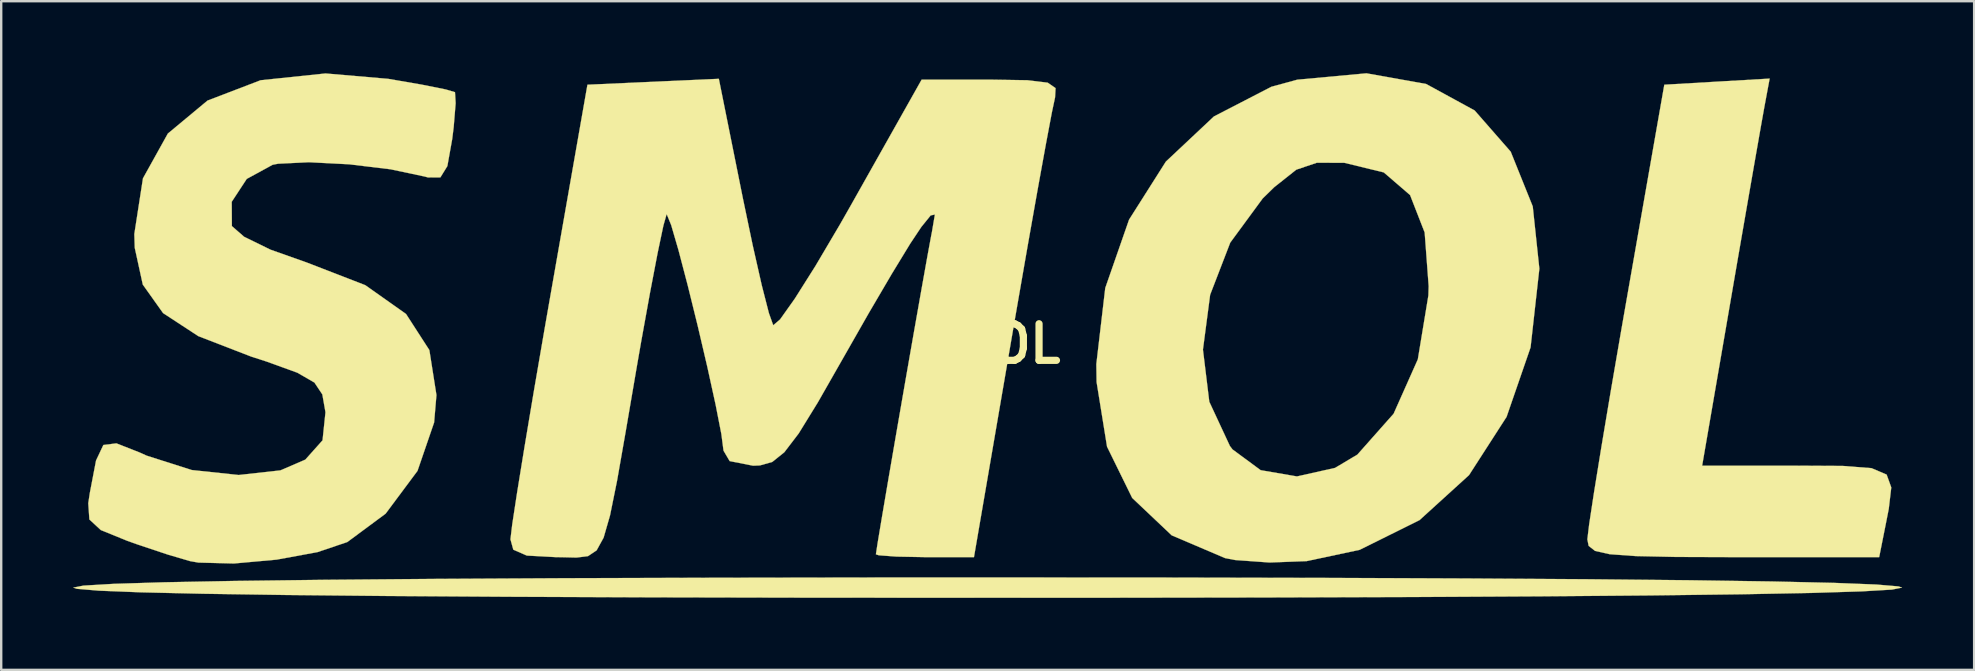
<source format=kicad_pcb>
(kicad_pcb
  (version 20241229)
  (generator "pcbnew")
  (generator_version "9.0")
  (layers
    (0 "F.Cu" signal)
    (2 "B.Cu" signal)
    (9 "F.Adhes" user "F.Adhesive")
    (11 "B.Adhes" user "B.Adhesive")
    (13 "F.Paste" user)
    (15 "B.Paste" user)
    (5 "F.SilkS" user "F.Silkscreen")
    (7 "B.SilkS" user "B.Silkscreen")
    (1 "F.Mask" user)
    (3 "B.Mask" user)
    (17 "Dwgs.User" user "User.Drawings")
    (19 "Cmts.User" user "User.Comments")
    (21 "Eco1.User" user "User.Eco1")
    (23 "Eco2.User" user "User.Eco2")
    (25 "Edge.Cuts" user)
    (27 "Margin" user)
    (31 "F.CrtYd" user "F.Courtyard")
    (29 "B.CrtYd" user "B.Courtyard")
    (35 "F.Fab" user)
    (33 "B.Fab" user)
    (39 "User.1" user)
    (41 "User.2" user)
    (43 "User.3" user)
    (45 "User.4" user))
  (footprint "SMOL"
    (layer "F.Cu")
    (at 38.105 11.275)
    (property "Reference" "SMOL" (at 0 0 0) (layer "F.SilkS") (effects (font (size 1.524 1.524) (thickness 0.3))))
    (attr through_hole)
    (fp_poly (pts (xy 32.363 -9.864) (xy 32.218 -9.053) (xy 31.959 -7.578) (xy 31.616 -5.61) (xy 31.219 -3.321) (xy 30.957 -1.799) (xy 29.771 5.08) (xy 33.724 5.08) (xy 35.632 5.09) (xy 36.831 5.183) (xy 37.459 5.451) (xy 37.652 5.986) (xy 37.547 6.881) (xy 37.412 7.567) (xy 37.148 8.89) (xy 31.062 8.89) (xy 28.67 8.882) (xy 26.998 8.846) (xy 25.92 8.768) (xy 25.31 8.631) (xy 25.042 8.422) (xy 24.988 8.149) (xy 25.063 7.527) (xy 25.264 6.205) (xy 25.571 4.314) (xy 25.961 1.988) (xy 26.414 -0.641) (xy 26.598 -1.693) (xy 28.195 -10.795) (xy 30.39 -10.923) (xy 32.584 -11.05) (xy 32.363 -9.864)) (stroke (width 0.01) (type solid)) (fill yes) (layer "F.SilkS"))
    (fp_poly (pts (xy 7.459 9.741) (xy 14.121 9.755) (xy 19.981 9.779) (xy 25.031 9.811) (xy 29.267 9.853) (xy 32.683 9.904) (xy 35.273 9.963) (xy 37.031 10.032) (xy 37.952 10.11) (xy 38.1 10.16) (xy 37.678 10.243) (xy 36.414 10.317) (xy 34.316 10.382) (xy 31.388 10.438) (xy 27.637 10.485) (xy 23.068 10.523) (xy 17.687 10.552) (xy 11.499 10.571) (xy 4.511 10.582) (xy 0 10.583) (xy -7.459 10.579) (xy -14.121 10.565) (xy -19.981 10.541) (xy -25.031 10.509) (xy -29.267 10.467) (xy -32.683 10.416) (xy -35.273 10.357) (xy -37.031 10.288) (xy -37.952 10.21) (xy -38.1 10.16) (xy -37.678 10.077) (xy -36.414 10.003) (xy -34.316 9.938) (xy -31.388 9.882) (xy -27.637 9.835) (xy -23.068 9.797) (xy -17.687 9.768) (xy -11.499 9.749) (xy -4.511 9.738) (xy 0 9.737) (xy 7.459 9.741)) (stroke (width 0.01) (type solid)) (fill yes) (layer "F.SilkS"))
    (fp_poly (pts (xy 18.269 -10.826) (xy 20.293 -9.721) (xy 21.795 -8.004) (xy 22.713 -5.723) (xy 22.988 -3.128) (xy 22.622 0.15) (xy 21.622 3.045) (xy 20.058 5.472) (xy 17.995 7.347) (xy 15.501 8.585) (xy 13.291 9.056) (xy 11.746 9.114) (xy 10.313 9.011) (xy 9.891 8.93) (xy 7.668 7.982) (xy 6.023 6.425) (xy 4.974 4.288) (xy 4.539 1.596) (xy 4.528 0.847) (xy 4.599 0.242) (xy 8.97 0.242) (xy 9.235 2.416) (xy 10.093 4.258) (xy 10.202 4.402) (xy 11.375 5.267) (xy 12.887 5.527) (xy 14.474 5.172) (xy 15.406 4.617) (xy 16.915 2.915) (xy 17.924 0.65) (xy 18.364 -2.012) (xy 18.376 -2.4) (xy 18.209 -4.639) (xy 17.601 -6.197) (xy 16.505 -7.141) (xy 14.876 -7.538) (xy 14.856 -7.54) (xy 13.719 -7.545) (xy 12.86 -7.255) (xy 11.94 -6.525) (xy 11.459 -6.055) (xy 10.108 -4.216) (xy 9.27 -2.043) (xy 8.97 0.242) (xy 4.599 0.242) (xy 4.9 -2.325) (xy 5.892 -5.173) (xy 7.426 -7.592) (xy 9.428 -9.473) (xy 11.821 -10.709) (xy 12.9 -11.004) (xy 15.784 -11.27) (xy 18.269 -10.826)) (stroke (width 0.01) (type solid)) (fill yes) (layer "F.SilkS"))
    (fp_poly (pts (xy -24.974 -11.039) (xy -23.584 -10.799) (xy -22.578 -10.597) (xy -22.196 -10.484) (xy -22.169 -10.026) (xy -22.251 -9.026) (xy -22.312 -8.531) (xy -22.514 -7.404) (xy -22.804 -6.934) (xy -23.32 -6.931) (xy -23.449 -6.967) (xy -24.882 -7.271) (xy -26.608 -7.479) (xy -28.284 -7.565) (xy -29.567 -7.503) (xy -29.795 -7.459) (xy -30.874 -6.87) (xy -31.499 -5.917) (xy -31.493 -4.904) (xy -30.982 -4.458) (xy -29.883 -3.921) (xy -28.429 -3.406) (xy -28.409 -3.4) (xy -25.934 -2.442) (xy -24.236 -1.242) (xy -23.264 0.263) (xy -22.969 2.136) (xy -23.066 3.279) (xy -23.758 5.295) (xy -25.086 7.078) (xy -26.684 8.262) (xy -27.925 8.681) (xy -29.627 8.994) (xy -31.409 9.155) (xy -32.888 9.117) (xy -33.232 9.057) (xy -34.155 8.786) (xy -35.434 8.359) (xy -35.861 8.207) (xy -36.956 7.761) (xy -37.431 7.32) (xy -37.477 6.642) (xy -37.412 6.215) (xy -37.153 4.863) (xy -36.848 4.217) (xy -36.305 4.149) (xy -35.329 4.533) (xy -35.049 4.66) (xy -33.164 5.261) (xy -31.209 5.468) (xy -29.471 5.275) (xy -28.434 4.828) (xy -27.715 4.023) (xy -27.594 2.866) (xy -27.599 2.817) (xy -27.724 2.109) (xy -28.053 1.616) (xy -28.766 1.205) (xy -30.046 0.741) (xy -30.692 0.532) (xy -32.893 -0.319) (xy -34.36 -1.279) (xy -35.205 -2.467) (xy -35.54 -4) (xy -35.558 -4.574) (xy -35.198 -6.894) (xy -34.161 -8.76) (xy -32.508 -10.134) (xy -30.297 -10.981) (xy -27.59 -11.264) (xy -24.974 -11.039)) (stroke (width 0.01) (type solid)) (fill yes) (layer "F.SilkS"))
    (fp_poly (pts (xy -10.198 -6.05) (xy -9.788 -4.089) (xy -9.414 -2.44) (xy -9.116 -1.277) (xy -8.936 -0.772) (xy -8.936 -0.771) (xy -8.65 -1.015) (xy -8.037 -1.879) (xy -7.178 -3.24) (xy -6.152 -4.977) (xy -5.715 -5.745) (xy -2.752 -11.005) (xy 0.134 -11.006) (xy 1.659 -10.982) (xy 2.502 -10.88) (xy 2.829 -10.653) (xy 2.808 -10.266) (xy 2.676 -9.644) (xy 2.426 -8.32) (xy 2.082 -6.426) (xy 1.668 -4.093) (xy 1.208 -1.453) (xy 1.012 -0.318) (xy -0.571 8.89) (xy -2.614 8.89) (xy -3.797 8.868) (xy -4.535 8.813) (xy -4.657 8.773) (xy -4.588 8.318) (xy -4.402 7.202) (xy -4.129 5.599) (xy -3.799 3.682) (xy -3.442 1.625) (xy -3.088 -0.399) (xy -2.767 -2.216) (xy -2.51 -3.653) (xy -2.347 -4.538) (xy -2.323 -4.657) (xy -2.199 -5.387) (xy -2.376 -5.348) (xy -2.765 -4.868) (xy -3.225 -4.177) (xy -3.989 -2.924) (xy -4.949 -1.288) (xy -5.985 0.529) (xy -7.078 2.444) (xy -7.873 3.734) (xy -8.473 4.52) (xy -8.977 4.924) (xy -9.488 5.068) (xy -9.775 5.08) (xy -10.751 4.888) (xy -11.007 4.453) (xy -11.097 3.759) (xy -11.337 2.533) (xy -11.681 0.965) (xy -12.084 -0.757) (xy -12.5 -2.442) (xy -12.883 -3.901) (xy -13.187 -4.945) (xy -13.367 -5.385) (xy -13.382 -5.385) (xy -13.512 -4.928) (xy -13.752 -3.788) (xy -14.072 -2.116) (xy -14.443 -0.065) (xy -14.609 0.887) (xy -15.084 3.661) (xy -15.444 5.712) (xy -15.735 7.148) (xy -16.003 8.077) (xy -16.295 8.608) (xy -16.655 8.849) (xy -17.13 8.908) (xy -17.765 8.893) (xy -18 8.89) (xy -19.204 8.825) (xy -19.766 8.579) (xy -19.885 8.149) (xy -19.811 7.527) (xy -19.609 6.205) (xy -19.302 4.314) (xy -18.912 1.988) (xy -18.459 -0.641) (xy -18.275 -1.693) (xy -16.677 -10.795) (xy -13.94 -10.918) (xy -11.202 -11.041) (xy -10.198 -6.05)) (stroke (width 0.01) (type solid)) (fill yes) (layer "F.SilkS")))
  (gr_rect
    (start -3 -3)
    (end 79.21 24.863)
    (stroke (width 0.1) (type default))
    (fill no)
    (layer "Edge.Cuts")))
</source>
